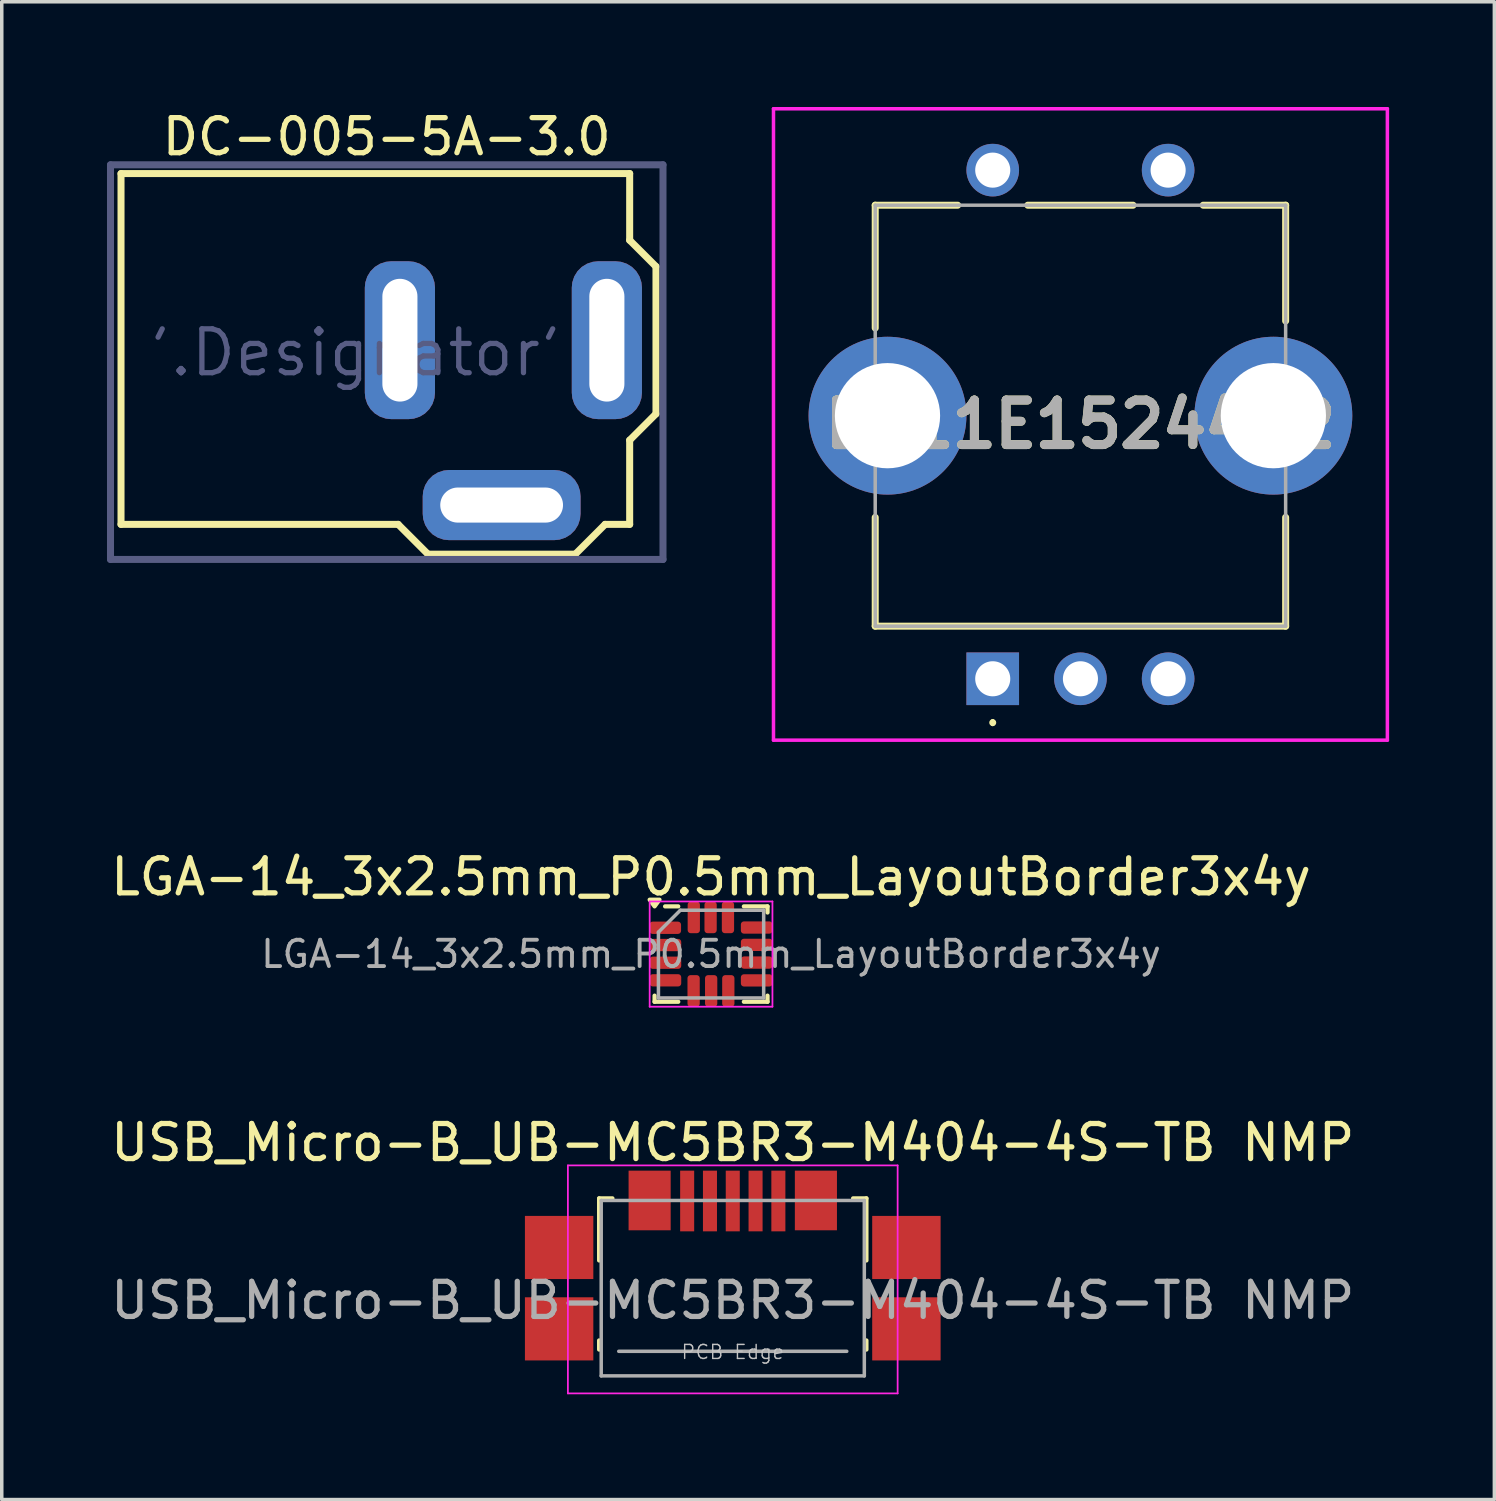
<source format=kicad_pcb>
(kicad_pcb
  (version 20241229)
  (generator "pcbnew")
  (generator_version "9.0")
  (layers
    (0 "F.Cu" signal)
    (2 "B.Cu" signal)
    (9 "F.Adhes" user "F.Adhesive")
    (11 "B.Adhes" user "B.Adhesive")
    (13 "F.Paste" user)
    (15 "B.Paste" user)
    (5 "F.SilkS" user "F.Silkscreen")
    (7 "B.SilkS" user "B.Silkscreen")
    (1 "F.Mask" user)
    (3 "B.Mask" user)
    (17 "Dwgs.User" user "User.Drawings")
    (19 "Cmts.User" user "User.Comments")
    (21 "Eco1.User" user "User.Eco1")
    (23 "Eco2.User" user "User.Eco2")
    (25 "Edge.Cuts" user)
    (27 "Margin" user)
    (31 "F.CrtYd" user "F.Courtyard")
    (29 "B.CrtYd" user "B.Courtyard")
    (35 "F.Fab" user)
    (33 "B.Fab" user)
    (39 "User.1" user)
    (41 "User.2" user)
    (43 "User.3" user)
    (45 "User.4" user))
  (footprint "LGA-14_3x2.5mm_P0.5mm_LayoutBorder3x4y"
    (layer "F.Cu")
    (at 17.22 24.148)
    (property "Reference" "LGA-14_3x2.5mm_P0.5mm_LayoutBorder3x4y" (at 0 -2.2 0) (layer "F.SilkS") (effects (font (size 1 1) (thickness 0.15))))
    (attr smd)
    (fp_line (start -1.61 1.36) (end -1.61 1.185) (stroke (width 0.12) (type solid)) (layer "F.SilkS"))
    (fp_line (start -0.935 -1.36) (end -1.31 -1.36) (stroke (width 0.12) (type solid)) (layer "F.SilkS"))
    (fp_line (start -0.935 1.36) (end -1.61 1.36) (stroke (width 0.12) (type solid)) (layer "F.SilkS"))
    (fp_line (start 0.935 -1.36) (end 1.61 -1.36) (stroke (width 0.12) (type solid)) (layer "F.SilkS"))
    (fp_line (start 0.935 1.36) (end 1.61 1.36) (stroke (width 0.12) (type solid)) (layer "F.SilkS"))
    (fp_line (start 1.61 -1.36) (end 1.61 -1.185) (stroke (width 0.12) (type solid)) (layer "F.SilkS"))
    (fp_line (start 1.61 1.36) (end 1.61 1.185) (stroke (width 0.12) (type solid)) (layer "F.SilkS"))
    (fp_poly (pts (xy -1.61 -1.36) (xy -1.75 -1.55) (xy -1.47 -1.55) (xy -1.61 -1.36)) (stroke (width 0.12) (type solid)) (fill yes) (layer "F.SilkS"))
    (fp_line (start -1.75 -1.5) (end -1.75 1.5) (stroke (width 0.05) (type solid)) (layer "F.CrtYd"))
    (fp_line (start -1.75 1.5) (end 1.75 1.5) (stroke (width 0.05) (type solid)) (layer "F.CrtYd"))
    (fp_line (start 1.75 -1.5) (end -1.75 -1.5) (stroke (width 0.05) (type solid)) (layer "F.CrtYd"))
    (fp_line (start 1.75 1.5) (end 1.75 -1.5) (stroke (width 0.05) (type solid)) (layer "F.CrtYd"))
    (fp_line (start -1.5 -0.625) (end -0.875 -1.25) (stroke (width 0.1) (type solid)) (layer "F.Fab"))
    (fp_line (start -1.5 1.25) (end -1.5 -0.625) (stroke (width 0.1) (type solid)) (layer "F.Fab"))
    (fp_line (start -0.875 -1.25) (end 1.5 -1.25) (stroke (width 0.1) (type solid)) (layer "F.Fab"))
    (fp_line (start 1.5 -1.25) (end 1.5 1.25) (stroke (width 0.1) (type solid)) (layer "F.Fab"))
    (fp_line (start 1.5 1.25) (end -1.5 1.25) (stroke (width 0.1) (type solid)) (layer "F.Fab"))
    (fp_text user "${REFERENCE}" (at 0 0 0) (layer "F.Fab") (effects (font (size 0.75 0.75) (thickness 0.11))))
    (pad "1" smd roundrect (at -1.305 -0.75) (size 0.9 0.35) (layers "F.Cu" "F.Mask" "F.Paste") (roundrect_rratio 0.25))
    (pad "2" smd roundrect (at -1.3 -0.258) (size 0.9 0.35) (layers "F.Cu" "F.Mask" "F.Paste") (roundrect_rratio 0.25))
    (pad "3" smd roundrect (at -1.3 0.247) (size 0.9 0.35) (layers "F.Cu" "F.Mask" "F.Paste") (roundrect_rratio 0.25))
    (pad "4" smd roundrect (at -1.3 0.748) (size 0.9 0.35) (layers "F.Cu" "F.Mask" "F.Paste") (roundrect_rratio 0.25))
    (pad "5" smd roundrect (at -0.497 1.05) (size 0.35 0.9) (layers "F.Cu" "F.Mask" "F.Paste") (roundrect_rratio 0.25))
    (pad "6" smd roundrect (at 0.003 1.05) (size 0.35 0.9) (layers "F.Cu" "F.Mask" "F.Paste") (roundrect_rratio 0.25))
    (pad "7" smd roundrect (at 0.492 1.05) (size 0.35 0.9) (layers "F.Cu" "F.Mask" "F.Paste") (roundrect_rratio 0.25))
    (pad "8" smd roundrect (at 1.3 0.75) (size 0.9 0.35) (layers "F.Cu" "F.Mask" "F.Paste") (roundrect_rratio 0.25))
    (pad "9" smd roundrect (at 1.3 0.242) (size 0.9 0.35) (layers "F.Cu" "F.Mask" "F.Paste") (roundrect_rratio 0.25))
    (pad "10" smd roundrect (at 1.3 -0.263) (size 0.9 0.35) (layers "F.Cu" "F.Mask" "F.Paste") (roundrect_rratio 0.25))
    (pad "11" smd roundrect (at 1.3 -0.757) (size 0.9 0.35) (layers "F.Cu" "F.Mask" "F.Paste") (roundrect_rratio 0.25))
    (pad "12" smd roundrect (at 0.482 -1.045) (size 0.35 0.9) (layers "F.Cu" "F.Mask" "F.Paste") (roundrect_rratio 0.25))
    (pad "13" smd roundrect (at -0.013 -1.045) (size 0.35 0.9) (layers "F.Cu" "F.Mask" "F.Paste") (roundrect_rratio 0.25))
    (pad "14" smd roundrect (at -0.492 -1.045) (size 0.35 0.9) (layers "F.Cu" "F.Mask" "F.Paste") (roundrect_rratio 0.25)))
  (footprint "EC11E15244B2"
    (layer "F.Cu")
    (at 25.25 16.3)
    (property "Reference" "EC11E15244B2" (at 2.5 -7.25 0) (layer "F.SilkS") (effects (font (size 1.27 1.27) (thickness 0.254))))
    (attr through_hole)
    (fp_line (start -3.35 -13.5) (end -1 -13.5) (stroke (width 0.2) (type solid)) (layer "F.SilkS"))
    (fp_line (start -3.35 -10) (end -3.35 -13.5) (stroke (width 0.2) (type solid)) (layer "F.SilkS"))
    (fp_line (start -3.35 -1.5) (end -3.35 -4.6) (stroke (width 0.2) (type solid)) (layer "F.SilkS"))
    (fp_line (start 0 1.2) (end 0 1.2) (stroke (width 0.1) (type solid)) (layer "F.SilkS"))
    (fp_line (start 0 1.3) (end 0 1.3) (stroke (width 0.1) (type solid)) (layer "F.SilkS"))
    (fp_line (start 1 -13.5) (end 4 -13.5) (stroke (width 0.2) (type solid)) (layer "F.SilkS"))
    (fp_line (start 6 -13.5) (end 8.35 -13.5) (stroke (width 0.2) (type solid)) (layer "F.SilkS"))
    (fp_line (start 8.35 -13.5) (end 8.35 -10.2) (stroke (width 0.2) (type solid)) (layer "F.SilkS"))
    (fp_line (start 8.35 -4.6) (end 8.35 -1.5) (stroke (width 0.2) (type solid)) (layer "F.SilkS"))
    (fp_line (start 8.35 -1.5) (end -3.35 -1.5) (stroke (width 0.2) (type solid)) (layer "F.SilkS"))
    (fp_arc (start 0 1.2) (mid 0.05 1.25) (end 0 1.3) (stroke (width 0.1) (type solid)) (layer "F.SilkS"))
    (fp_arc (start 0 1.3) (mid -0.05 1.25) (end 0 1.2) (stroke (width 0.1) (type solid)) (layer "F.SilkS"))
    (fp_line (start -6.25 -16.25) (end 11.25 -16.25) (stroke (width 0.1) (type solid)) (layer "F.CrtYd"))
    (fp_line (start -6.25 1.75) (end -6.25 -16.25) (stroke (width 0.1) (type solid)) (layer "F.CrtYd"))
    (fp_line (start 11.25 -16.25) (end 11.25 1.75) (stroke (width 0.1) (type solid)) (layer "F.CrtYd"))
    (fp_line (start 11.25 1.75) (end -6.25 1.75) (stroke (width 0.1) (type solid)) (layer "F.CrtYd"))
    (fp_line (start -3.35 -13.5) (end 8.35 -13.5) (stroke (width 0.1) (type solid)) (layer "F.Fab"))
    (fp_line (start -3.35 -1.5) (end -3.35 -13.5) (stroke (width 0.1) (type solid)) (layer "F.Fab"))
    (fp_line (start 8.35 -13.5) (end 8.35 -1.5) (stroke (width 0.1) (type solid)) (layer "F.Fab"))
    (fp_line (start 8.35 -1.5) (end -3.35 -1.5) (stroke (width 0.1) (type solid)) (layer "F.Fab"))
    (fp_text user "${REFERENCE}" (at 2.5 -7.25 0) (layer "F.Fab") (effects (font (size 1.27 1.27) (thickness 0.254))))
    (pad "1" thru_hole circle (at -3 -7.5) (size 4.5 4.5) (drill 3) (layers "*.Cu" "*.Mask"))
    (pad "2" thru_hole circle (at 8 -7.5) (size 4.5 4.5) (drill 3) (layers "*.Cu" "*.Mask"))
    (pad "A1" thru_hole rect (at 0 0) (size 1.5 1.5) (drill 1) (layers "*.Cu" "*.Mask"))
    (pad "B1" thru_hole circle (at 5 0) (size 1.5 1.5) (drill 1) (layers "*.Cu" "*.Mask"))
    (pad "C1" thru_hole circle (at 2.5 0) (size 1.5 1.5) (drill 1) (layers "*.Cu" "*.Mask"))
    (pad "D1" thru_hole circle (at 0 -14.5) (size 1.5 1.5) (drill 1) (layers "*.Cu" "*.Mask"))
    (pad "E1" thru_hole circle (at 5 -14.5) (size 1.5 1.5) (drill 1) (layers "*.Cu" "*.Mask")))
  (footprint "USB_Micro-B_UB-MC5BR3-M404-4S-TB NMP"
    (layer "F.Cu")
    (at 17.839 32.822)
    (property "Reference" "USB_Micro-B_UB-MC5BR3-M404-4S-TB NMP" (at 0 -3.3 180) (layer "F.SilkS") (effects (font (size 1 1) (thickness 0.15))))
    (attr smd)
    (fp_line (start -3.81 -1.71) (end -3.43 -1.71) (stroke (width 0.12) (type solid)) (layer "F.SilkS"))
    (fp_line (start -3.81 0.06) (end -3.81 -1.71) (stroke (width 0.12) (type solid)) (layer "F.SilkS"))
    (fp_line (start -3.81 2.6) (end -3.81 2.34) (stroke (width 0.12) (type solid)) (layer "F.SilkS"))
    (fp_line (start 3.81 -1.71) (end 3.43 -1.71) (stroke (width 0.12) (type solid)) (layer "F.SilkS"))
    (fp_line (start 3.81 -1.71) (end 3.81 0.06) (stroke (width 0.12) (type solid)) (layer "F.SilkS"))
    (fp_line (start 3.81 2.34) (end 3.81 2.6) (stroke (width 0.12) (type solid)) (layer "F.SilkS"))
    (fp_line (start -4.7 -2.65) (end 4.7 -2.65) (stroke (width 0.05) (type solid)) (layer "F.CrtYd"))
    (fp_line (start -4.7 3.85) (end -4.7 -2.65) (stroke (width 0.05) (type solid)) (layer "F.CrtYd"))
    (fp_line (start 4.7 -2.65) (end 4.7 3.85) (stroke (width 0.05) (type solid)) (layer "F.CrtYd"))
    (fp_line (start 4.7 3.85) (end -4.7 3.85) (stroke (width 0.05) (type solid)) (layer "F.CrtYd"))
    (fp_line (start -3.75 -1.65) (end 3.75 -1.65) (stroke (width 0.1) (type solid)) (layer "F.Fab"))
    (fp_line (start -3.75 3.35) (end -3.75 -1.65) (stroke (width 0.1) (type solid)) (layer "F.Fab"))
    (fp_line (start -3.25 2.65) (end 3.25 2.65) (stroke (width 0.1) (type solid)) (layer "F.Fab"))
    (fp_line (start 3.75 -1.65) (end 3.75 3.35) (stroke (width 0.1) (type solid)) (layer "F.Fab"))
    (fp_line (start 3.75 3.35) (end -3.75 3.35) (stroke (width 0.1) (type solid)) (layer "F.Fab"))
    (fp_text user "PCB Edge" (at 0 2.67 180) (layer "Dwgs.User") (effects (font (size 0.4 0.4) (thickness 0.04))))
    (fp_text user "${REFERENCE}" (at 0 1.2 0) (layer "F.Fab") (effects (font (size 1 1) (thickness 0.15))))
    (pad "1" smd rect (at -1.3 -1.635) (size 0.4 1.73) (layers "F.Cu" "F.Mask" "F.Paste"))
    (pad "2" smd rect (at -0.65 -1.635) (size 0.4 1.73) (layers "F.Cu" "F.Mask" "F.Paste"))
    (pad "3" smd rect (at 0 -1.635) (size 0.4 1.73) (layers "F.Cu" "F.Mask" "F.Paste"))
    (pad "4" smd rect (at 0.65 -1.635) (size 0.4 1.73) (layers "F.Cu" "F.Mask" "F.Paste"))
    (pad "5" smd rect (at 1.3 -1.635) (size 0.4 1.73) (layers "F.Cu" "F.Mask" "F.Paste"))
    (pad "6" smd rect (at -4.95 -0.31) (size 1.95 1.8) (layers "F.Cu" "F.Mask" "F.Paste"))
    (pad "6" smd rect (at -4.95 2.01) (size 1.95 1.8) (layers "F.Cu" "F.Mask" "F.Paste"))
    (pad "6" smd rect (at -2.37 -1.65) (size 1.2 1.7) (layers "F.Cu" "F.Mask" "F.Paste"))
    (pad "6" smd rect (at 2.37 -1.65) (size 1.2 1.7) (layers "F.Cu" "F.Mask" "F.Paste"))
    (pad "6" smd rect (at 4.95 -0.31) (size 1.95 1.8) (layers "F.Cu" "F.Mask" "F.Paste"))
    (pad "6" smd rect (at 4.95 2.01) (size 1.95 1.8) (layers "F.Cu" "F.Mask" "F.Paste")))
  (footprint "DC-005-5A-3.0"
    (layer "F.Cu")
    (at 8.35 6.648)
    (property "Reference" "DC-005-5A-3.0" (at -0.375 -5.8 0) (unlocked yes) (layer "F.SilkS") (effects (font (size 1 1) (thickness 0.15))))
    (fp_line (start -7.95 -4.75) (end 6.55 -4.75) (stroke (width 0.2) (type solid)) (layer "F.SilkS"))
    (fp_line (start -7.95 5.25) (end -7.95 -4.75) (stroke (width 0.2) (type solid)) (layer "F.SilkS"))
    (fp_line (start -7.95 5.25) (end -0.05 5.25) (stroke (width 0.2) (type solid)) (layer "F.SilkS"))
    (fp_line (start -0.05 5.25) (end 0.8 6.1) (stroke (width 0.2) (type solid)) (layer "F.SilkS"))
    (fp_line (start 0.8 6.1) (end 5 6.1) (stroke (width 0.2) (type solid)) (layer "F.SilkS"))
    (fp_line (start 5 6.1) (end 5.85 5.25) (stroke (width 0.2) (type solid)) (layer "F.SilkS"))
    (fp_line (start 5.85 5.25) (end 6.55 5.25) (stroke (width 0.2) (type solid)) (layer "F.SilkS"))
    (fp_line (start 6.55 -2.85) (end 6.55 -4.75) (stroke (width 0.2) (type solid)) (layer "F.SilkS"))
    (fp_line (start 6.55 -2.85) (end 7.3 -2.1) (stroke (width 0.2) (type solid)) (layer "F.SilkS"))
    (fp_line (start 6.55 2.85) (end 7.3 2.1) (stroke (width 0.2) (type solid)) (layer "F.SilkS"))
    (fp_line (start 6.55 5.25) (end 6.55 2.85) (stroke (width 0.2) (type solid)) (layer "F.SilkS"))
    (fp_line (start 7.3 2.1) (end 7.3 -2.1) (stroke (width 0.2) (type solid)) (layer "F.SilkS"))
    (fp_line (start -8.25 -5) (end 7.5 -5) (stroke (width 0.2) (type solid)) (layer "B.Fab"))
    (fp_line (start -8.25 6.25) (end -8.25 -5) (stroke (width 0.2) (type solid)) (layer "B.Fab"))
    (fp_line (start -8.25 6.25) (end 7.5 6.25) (stroke (width 0.2) (type solid)) (layer "B.Fab"))
    (fp_line (start 7.5 6.25) (end 7.5 -5) (stroke (width 0.2) (type solid)) (layer "B.Fab"))
    (fp_text user "'.Designator'" (at -7.231 1.087 0) (unlocked yes) (layer "B.Fab") (effects (font (size 1.25 1.25) (thickness 0.15)) (justify left bottom)))
    (pad "1" thru_hole roundrect (at 5.9 0 90) (size 4.5 2) (drill oval 3.5 1) (layers "*.Cu" "*.Mask") (roundrect_rratio 0.375))
    (pad "2" thru_hole roundrect (at 0 0 90) (size 4.5 2) (drill oval 3.5 1) (layers "*.Cu" "*.Mask") (roundrect_rratio 0.375))
    (pad "3" thru_hole roundrect (at 2.9 4.7 180) (size 4.5 2) (drill oval 3.5 1) (layers "*.Cu" "*.Mask") (roundrect_rratio 0.375)))
  (gr_rect
    (start -3 -3)
    (end 39.55 39.697)
    (stroke (width 0.1) (type default))
    (fill no)
    (layer "Edge.Cuts")))
</source>
